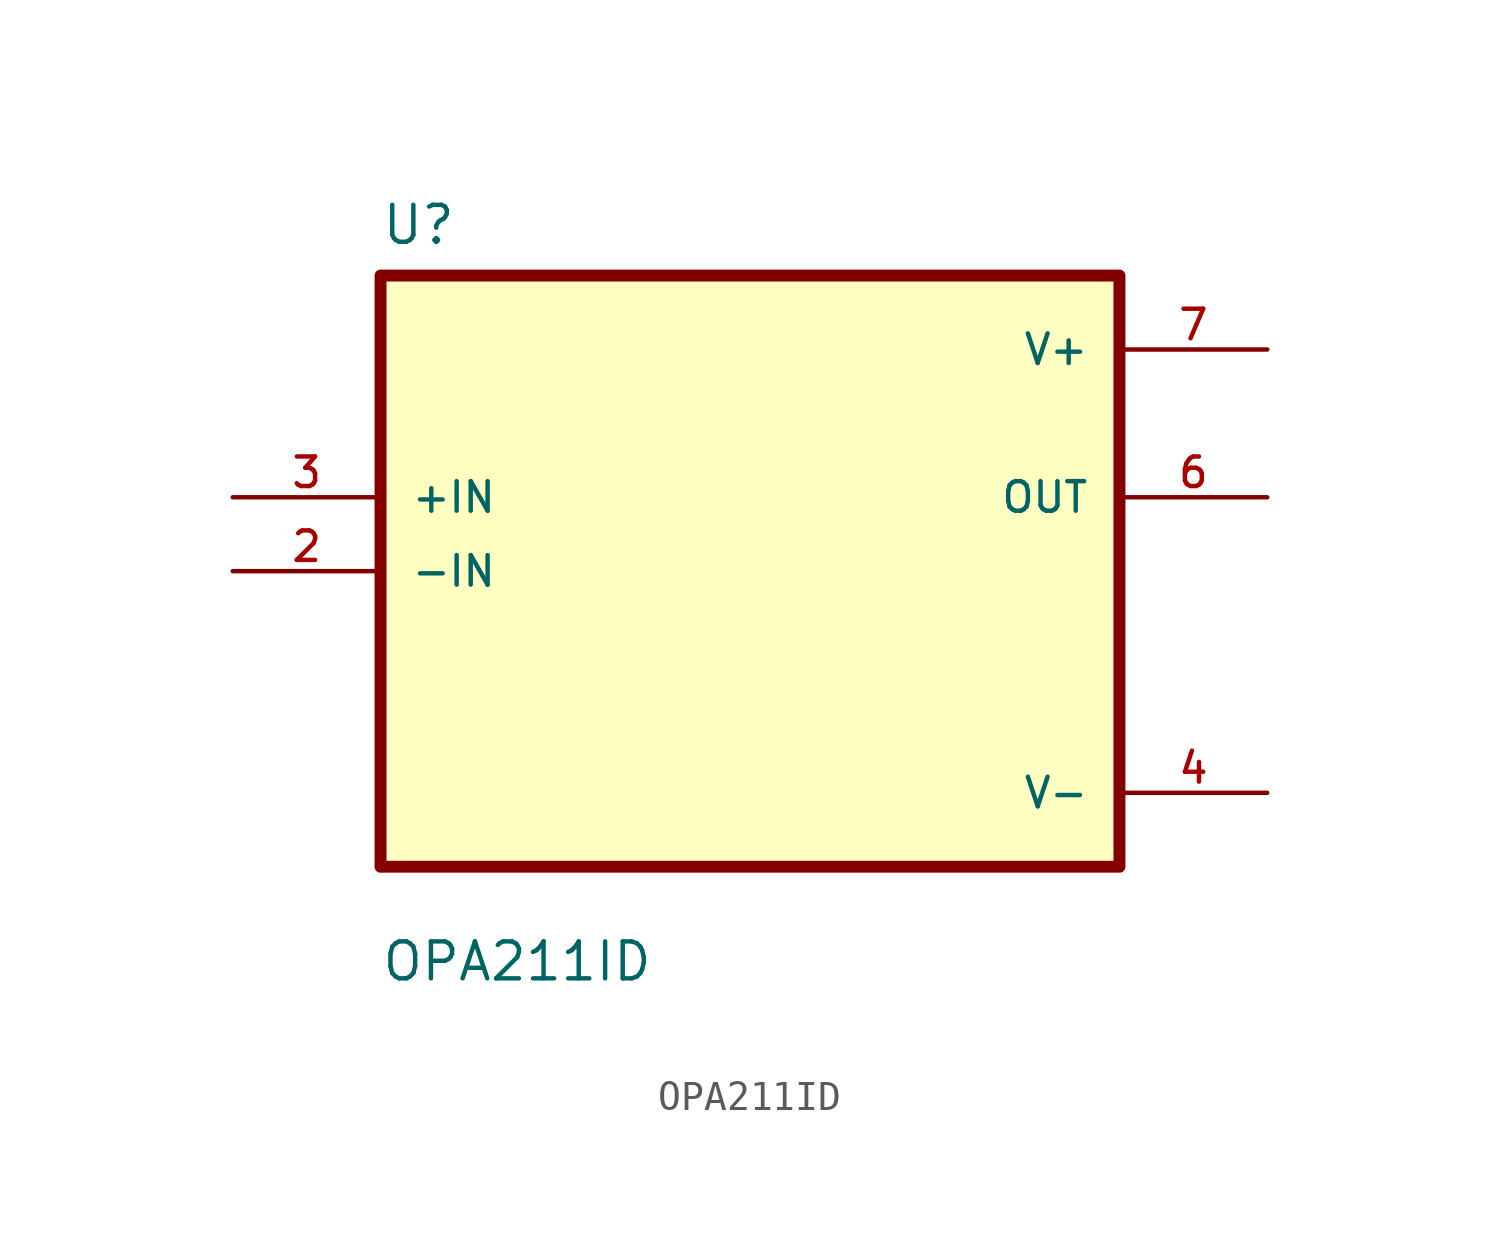
<source format=kicad_sym>
(kicad_symbol_lib
  (version 20211014)
  (generator kicad_symbol_editor)
  (symbol "OPA211ID"
    (pin_names
      (offset 1.016))
    (property "Reference" "U"
      (at -12.7 11.16 0.0)
      (effects (font (size 1.27 1.27)) (justify bottom left)))
    (property "Value" "OPA211ID"
      (at -12.7 -14.16 0.0)
      (effects (font (size 1.27 1.27)) (justify bottom left)))
    (symbol "OPA211ID_0_0"
      (rectangle (start -12.7 -10.16) (end 12.7 10.16) (stroke (width 0.41)) (fill (type background)))
      (pin input line (at -17.78 2.54 0) (length 5.08) (name "+IN" (effects (font (size 1.016 1.016)))) (number "3" (effects (font (size 1.016 1.016)))))
      (pin input line (at -17.78 0.0 0) (length 5.08) (name "-IN" (effects (font (size 1.016 1.016)))) (number "2" (effects (font (size 1.016 1.016)))))
      (pin power_in line (at 17.78 7.62 180.0) (length 5.08) (name "V+" (effects (font (size 1.016 1.016)))) (number "7" (effects (font (size 1.016 1.016)))))
      (pin output line (at 17.78 2.54 180.0) (length 5.08) (name "OUT" (effects (font (size 1.016 1.016)))) (number "6" (effects (font (size 1.016 1.016)))))
      (pin power_in line (at 17.78 -7.62 180.0) (length 5.08) (name "V-" (effects (font (size 1.016 1.016)))) (number "4" (effects (font (size 1.016 1.016))))))))
</source>
